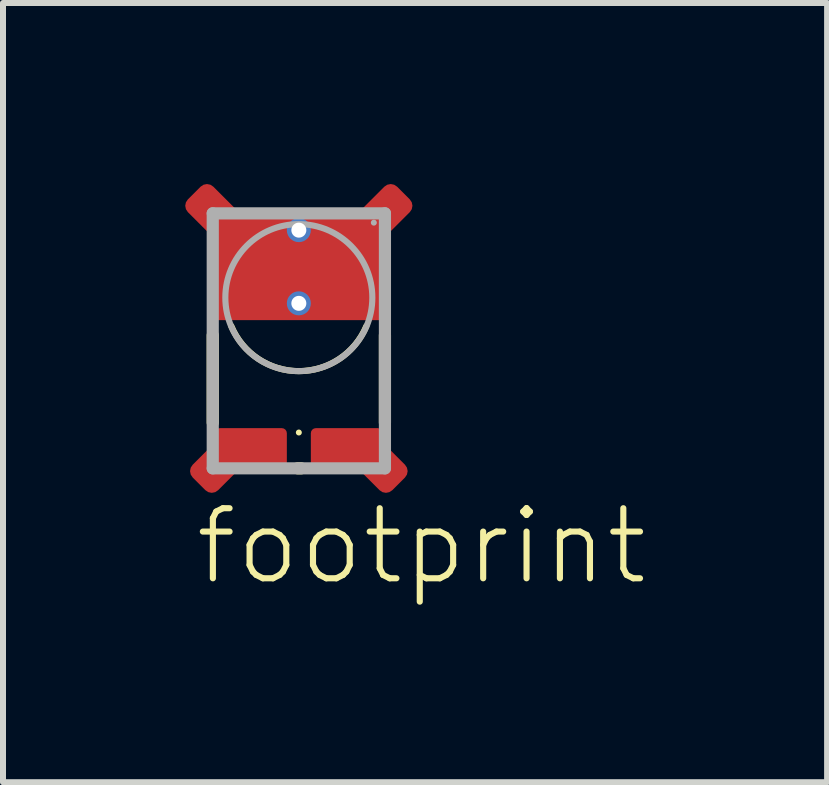
<source format=kicad_pcb>
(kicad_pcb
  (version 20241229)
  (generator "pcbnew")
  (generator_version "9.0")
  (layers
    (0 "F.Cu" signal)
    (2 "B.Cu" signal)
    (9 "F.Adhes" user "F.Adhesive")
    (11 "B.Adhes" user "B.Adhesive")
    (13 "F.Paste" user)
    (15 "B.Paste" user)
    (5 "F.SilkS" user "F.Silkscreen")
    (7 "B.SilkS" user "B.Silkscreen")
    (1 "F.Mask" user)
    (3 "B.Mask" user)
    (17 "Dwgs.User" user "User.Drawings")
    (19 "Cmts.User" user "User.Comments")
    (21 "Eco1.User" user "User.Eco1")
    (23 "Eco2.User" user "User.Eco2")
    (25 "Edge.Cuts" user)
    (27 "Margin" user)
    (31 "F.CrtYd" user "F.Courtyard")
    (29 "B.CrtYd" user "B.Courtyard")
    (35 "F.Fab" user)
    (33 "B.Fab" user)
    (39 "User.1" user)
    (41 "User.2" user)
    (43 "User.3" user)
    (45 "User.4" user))
  (footprint "footprint"
    (layer "F.Cu")
    (at 1.931 1.911)
    (property "Reference" "footprint" (at -1.778 4.826 0) (layer "F.SilkS") (effects (font (size 1.168 1.168) (thickness 0.102)) (justify left bottom)))
    (fp_circle (center 0 -1.125) (end 0.1 -1.125) (stroke (width 0.2) (type solid)) (fill yes) (layer "F.Mask"))
    (fp_circle (center 0 0.095) (end 0.1 0.095) (stroke (width 0.2) (type solid)) (fill yes) (layer "F.Mask"))
    (fp_poly (pts (xy -0.199 2.841) (xy -0.979 2.841) (xy -1.511 3.372) (xy -1.931 2.939) (xy -1.401 2.409) (xy -1.401 2.169) (xy -0.199 2.169)) (stroke (width 0) (type solid)) (fill yes) (layer "F.Mask"))
    (fp_poly (pts (xy 1.401 2.409) (xy 1.931 2.939) (xy 1.511 3.372) (xy 0.979 2.841) (xy 0.199 2.841) (xy 0.199 2.169) (xy 1.401 2.169)) (stroke (width 0) (type solid)) (fill yes) (layer "F.Mask"))
    (fp_poly (pts (xy -0.959 -1.411) (xy -0.467 -1.411) (xy -0.478 -1.13) (xy 0.051 -0.601) (xy 0.051 -0.429) (xy -0.469 0.091) (xy -0.469 0.371) (xy -1.421 0.371) (xy -1.421 -0.969) (xy -1.921 -1.469) (xy -1.921 -1.601) (xy -1.611 -1.911) (xy -1.459 -1.911)) (stroke (width 0) (type solid)) (fill yes) (layer "F.Mask"))
    (fp_poly (pts (xy 1.921 -1.601) (xy 1.921 -1.469) (xy 1.421 -0.969) (xy 1.421 0.371) (xy 0.469 0.371) (xy 0.469 0.091) (xy -0.051 -0.429) (xy -0.051 -0.601) (xy 0.469 -1.121) (xy 0.469 -1.411) (xy 0.959 -1.411) (xy 1.459 -1.911) (xy 1.611 -1.911)) (stroke (width 0) (type solid)) (fill yes) (layer "F.Mask"))
    (fp_line (start -1.435 2.083) (end -1.435 0.627) (stroke (width 0.203) (type solid)) (layer "F.SilkS"))
    (fp_line (start 0.038 2.845) (end -0.018 2.845) (stroke (width 0.203) (type solid)) (layer "F.SilkS"))
    (fp_line (start 1.435 0.627) (end 1.435 2.083) (stroke (width 0.203) (type solid)) (layer "F.SilkS"))
    (fp_arc (start 1.125001 0.474999) (mid 0.000001 1.22497) (end -1.125 0.475) (stroke (width 0.1016) (type solid)) (layer "F.SilkS"))
    (fp_circle (center 0 2.248) (end 0.025 2.248) (stroke (width 0.05) (type solid)) (fill yes) (layer "F.SilkS"))
    (fp_poly (pts (xy -0.255 2.319) (xy -0.255 2.691) (xy -0.349 2.785) (xy -0.929 2.785) (xy -1.379 3.235) (xy -1.521 3.235) (xy -1.795 2.961) (xy -1.795 2.819) (xy -1.345 2.369) (xy -1.345 2.319) (xy -1.251 2.225) (xy -0.349 2.225)) (stroke (width 0) (type solid)) (fill yes) (layer "F.Paste"))
    (fp_poly (pts (xy 1.345 2.319) (xy 1.345 2.369) (xy 1.795 2.819) (xy 1.795 2.961) (xy 1.521 3.235) (xy 1.379 3.235) (xy 0.929 2.785) (xy 0.349 2.785) (xy 0.255 2.691) (xy 0.255 2.319) (xy 0.349 2.225) (xy 1.251 2.225)) (stroke (width 0) (type solid)) (fill yes) (layer "F.Paste"))
    (fp_poly (pts (xy -0.929 -1.345) (xy -0.579 -1.345) (xy -0.475 -1.241) (xy -0.475 -1.121) (xy 0.025 -0.631) (xy 0.025 -0.409) (xy -0.475 0.091) (xy -0.475 0.211) (xy -0.579 0.315) (xy -1.251 0.315) (xy -1.345 0.221) (xy -1.345 -0.929) (xy -1.855 -1.439) (xy -1.855 -1.631) (xy -1.631 -1.855) (xy -1.439 -1.855)) (stroke (width 0) (type solid)) (fill yes) (layer "F.Paste"))
    (fp_poly (pts (xy 1.855 -1.631) (xy 1.855 -1.439) (xy 1.345 -0.929) (xy 1.345 0.221) (xy 1.251 0.315) (xy 0.579 0.315) (xy 0.475 0.211) (xy 0.475 0.091) (xy -0.025 -0.409) (xy -0.025 -0.621) (xy 0.475 -1.121) (xy 0.475 -1.231) (xy 0.589 -1.345) (xy 0.919 -1.345) (xy 1.429 -1.855) (xy 1.631 -1.855)) (stroke (width 0) (type solid)) (fill yes) (layer "F.Paste"))
    (fp_line (start -1.435 -1.405) (end 1.435 -1.405) (stroke (width 0.203) (type solid)) (layer "F.Fab"))
    (fp_line (start -1.435 2.845) (end -1.435 -1.405) (stroke (width 0.203) (type solid)) (layer "F.Fab"))
    (fp_line (start 1.435 -1.405) (end 1.435 2.845) (stroke (width 0.203) (type solid)) (layer "F.Fab"))
    (fp_line (start 1.435 2.845) (end -1.435 2.845) (stroke (width 0.203) (type solid)) (layer "F.Fab"))
    (fp_circle (center 0 0) (end 1.225 0) (stroke (width 0.102) (type solid)) (fill no) (layer "F.Fab"))
    (fp_circle (center 1.25 -1.25) (end 1.275 -1.25) (stroke (width 0.05) (type solid)) (fill no) (layer "F.Fab"))
    (pad "A" smd roundrect (at 0.8 2.51 180) (size 1.2 0.67) (layers "F.Cu") (roundrect_rratio 0.125))
    (pad "A@1" smd roundrect (at 1.31 2.75 315) (size 1 0.6) (layers "F.Cu") (roundrect_rratio 0.25))
    (pad "C" smd roundrect (at -0.8 2.51 180) (size 1.2 0.67) (layers "F.Cu") (roundrect_rratio 0.125))
    (pad "C@1" smd roundrect (at -1.31 2.75 225) (size 1 0.6) (layers "F.Cu") (roundrect_rratio 0.25))
    (pad "TH" smd rect (at 0 -0.51 180) (size 2.8 1.77) (layers "F.Cu"))
    (pad "TH@1" smd roundrect (at -1.39 -1.39 135) (size 1 0.6) (layers "F.Cu") (roundrect_rratio 0.25))
    (pad "TH@2" smd roundrect (at 1.39 -1.39 45) (size 1 0.6) (layers "F.Cu") (roundrect_rratio 0.25))
    (pad "TH@3" thru_hole circle (at 0 0.095) (size 0.4 0.4) (drill 0.25) (layers "*.Cu"))
    (pad "TH@4" thru_hole circle (at 0 -1.125) (size 0.4 0.4) (drill 0.25) (layers "*.Cu"))
    (zone (net_name "") (layer "F.Cu") (hatch edge 0.508) (connect_pads) (min_thickness 0.254) (filled_areas_thickness no) (keepout (tracks not_allowed) (vias not_allowed) (pads not_allowed) (copperpour not_allowed) (footprints allowed)) (placement (enabled no)) (fill) (polygon (pts (xy 0.391 4.071) (xy 3.471 4.071) (xy 3.471 3.571) (xy 0.391 3.571)))))
  (gr_rect
    (start -3 -3)
    (end 10.736 9.987)
    (stroke (width 0.1) (type default))
    (fill no)
    (layer "Edge.Cuts")))
</source>
